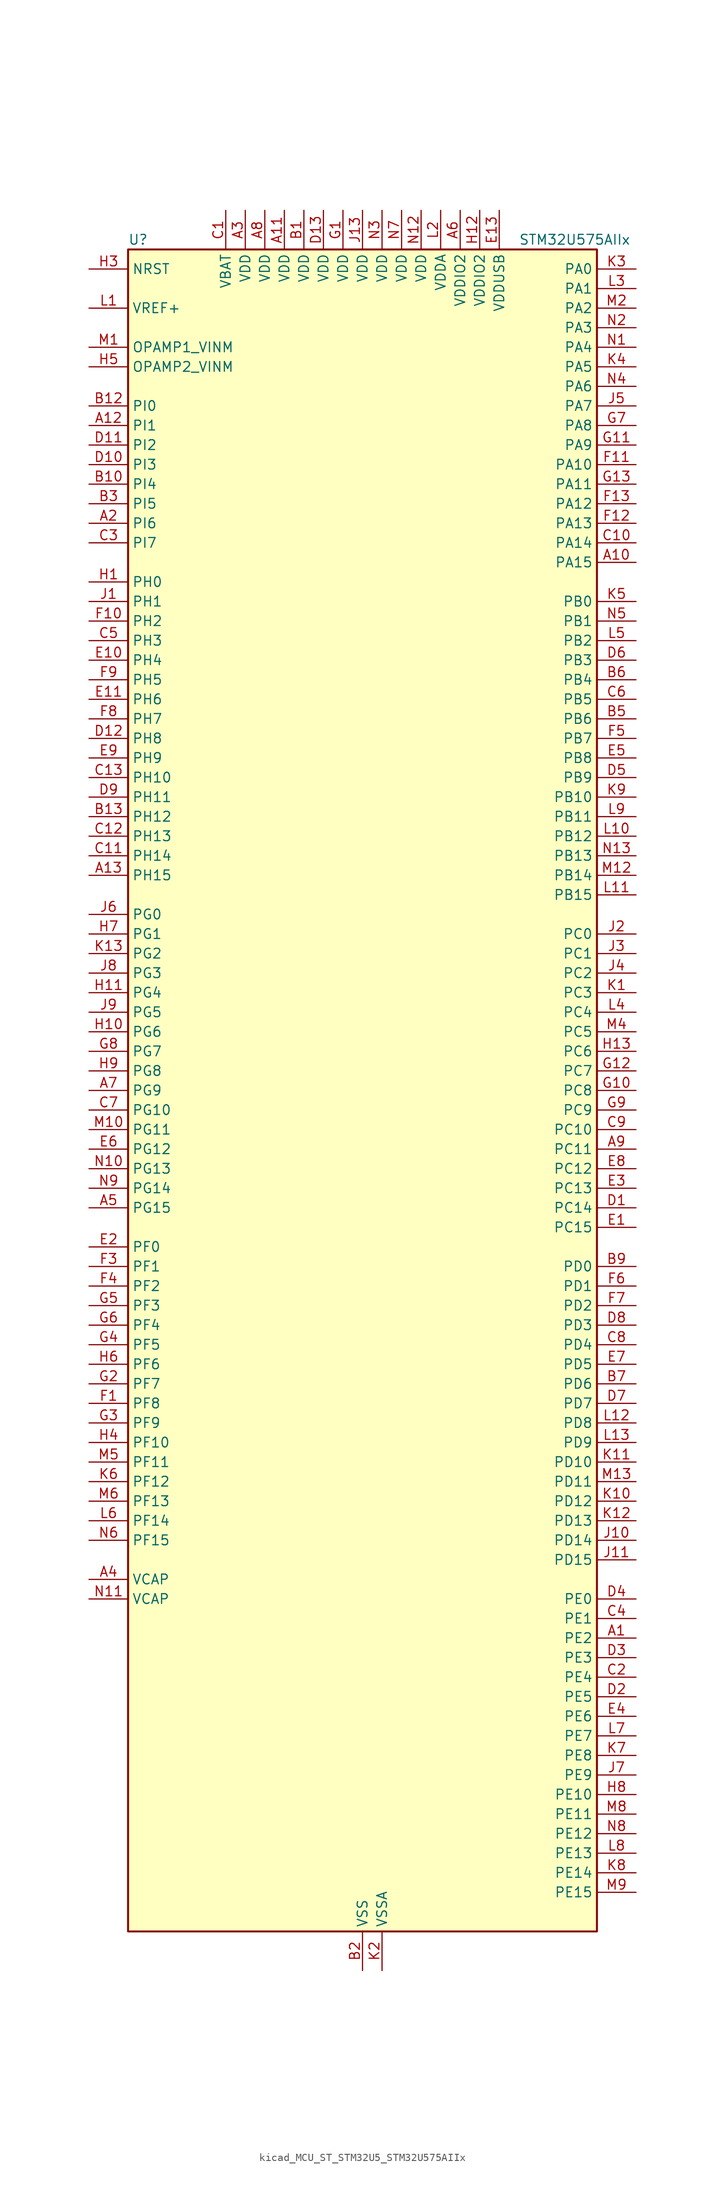
<source format=kicad_sym>
(kicad_symbol_lib
  (version 20220914)
  (generator kicad_symbol_editor)
  (symbol "kicad_MCU_ST_STM32U5_STM32U575AIIx"
    (property "Reference" "U"
      (at -30.48 110.49 0)
      (effects (font (size 1.27 1.27)) (justify left)))
    (property "Value" "STM32U575AIIx"
      (at 20.32 110.49 0)
      (effects (font (size 1.27 1.27)) (justify left)))
    (property "ki_locked" ""
      (at 0 0 0)
      (effects (font (size 1.27 1.27))))
    (symbol "kicad_MCU_ST_STM32U5_STM32U575AIIx_0_1"
      (rectangle (start -30.48 -109.22) (end 30.48 109.22) (stroke (width 0.254) (type default)) (fill (type background))))
    (symbol "kicad_MCU_ST_STM32U5_STM32U575AIIx_1_1"
      (pin bidirectional line (at 35.56 -71.12 180) (length 5.08) (name "PE2" (effects (font (size 1.27 1.27)))) (number "A1" (effects (font (size 1.27 1.27)))) (alternate "DEBUG_TRACECLK" bidirectional line) (alternate "FMC_A23" bidirectional line) (alternate "SAI1_CK1" bidirectional line) (alternate "SAI1_MCLK_A" bidirectional line) (alternate "TIM3_ETR" bidirectional line) (alternate "TSC_G7_IO1" bidirectional line))
      (pin bidirectional line (at 35.56 68.58 180) (length 5.08) (name "PA15" (effects (font (size 1.27 1.27)))) (number "A10" (effects (font (size 1.27 1.27)))) (alternate "ADC1_EXTI15" bidirectional line) (alternate "ADC4_EXTI15" bidirectional line) (alternate "DEBUG_JTDI" bidirectional line) (alternate "SAI2_FS_B" bidirectional line) (alternate "SPI1_NSS" bidirectional line) (alternate "SPI3_NSS" bidirectional line) (alternate "TIM2_CH1" bidirectional line) (alternate "TIM2_ETR" bidirectional line) (alternate "UART4_DE" bidirectional line) (alternate "UART4_RTS" bidirectional line) (alternate "UCPD1_CC1" bidirectional line) (alternate "USART2_RX" bidirectional line) (alternate "USART3_DE" bidirectional line) (alternate "USART3_RTS" bidirectional line))
      (pin power_in line (at -10.16 114.3 270) (length 5.08) (name "VDD" (effects (font (size 1.27 1.27)))) (number "A11" (effects (font (size 1.27 1.27)))))
      (pin bidirectional line (at -35.56 86.36 0) (length 5.08) (name "PI1" (effects (font (size 1.27 1.27)))) (number "A12" (effects (font (size 1.27 1.27)))) (alternate "DCMI_D8" bidirectional line) (alternate "OCTOSPIM_P2_IO2" bidirectional line) (alternate "PSSI_D8" bidirectional line) (alternate "SPI2_SCK" bidirectional line))
      (pin bidirectional line (at -35.56 27.94 0) (length 5.08) (name "PH15" (effects (font (size 1.27 1.27)))) (number "A13" (effects (font (size 1.27 1.27)))) (alternate "ADC1_EXTI15" bidirectional line) (alternate "ADC4_EXTI15" bidirectional line) (alternate "DCMI_D11" bidirectional line) (alternate "OCTOSPIM_P2_IO6" bidirectional line) (alternate "PSSI_D11" bidirectional line) (alternate "TIM8_CH3N" bidirectional line))
      (pin bidirectional line (at -35.56 73.66 0) (length 5.08) (name "PI6" (effects (font (size 1.27 1.27)))) (number "A2" (effects (font (size 1.27 1.27)))) (alternate "DCMI_D6" bidirectional line) (alternate "OCTOSPIM_P2_CLK" bidirectional line) (alternate "PSSI_D6" bidirectional line) (alternate "TIM8_CH2" bidirectional line))
      (pin power_in line (at -15.24 114.3 270) (length 5.08) (name "VDD" (effects (font (size 1.27 1.27)))) (number "A3" (effects (font (size 1.27 1.27)))))
      (pin power_out line (at -35.56 -63.5 0) (length 5.08) (name "VCAP" (effects (font (size 1.27 1.27)))) (number "A4" (effects (font (size 1.27 1.27)))))
      (pin bidirectional line (at -35.56 -15.24 0) (length 5.08) (name "PG15" (effects (font (size 1.27 1.27)))) (number "A5" (effects (font (size 1.27 1.27)))) (alternate "ADC1_EXTI15" bidirectional line) (alternate "ADC4_EXTI15" bidirectional line) (alternate "DCMI_D13" bidirectional line) (alternate "I2C1_SMBA" bidirectional line) (alternate "LPTIM1_CH1" bidirectional line) (alternate "OCTOSPIM_P2_DQS" bidirectional line) (alternate "PSSI_D13" bidirectional line))
      (pin power_in line (at 12.7 114.3 270) (length 5.08) (name "VDDIO2" (effects (font (size 1.27 1.27)))) (number "A6" (effects (font (size 1.27 1.27)))))
      (pin bidirectional line (at -35.56 0 0) (length 5.08) (name "PG9" (effects (font (size 1.27 1.27)))) (number "A7" (effects (font (size 1.27 1.27)))) (alternate "DAC1_EXTI9" bidirectional line) (alternate "FMC_NCE" bidirectional line) (alternate "FMC_NE2" bidirectional line) (alternate "OCTOSPIM_P2_IO6" bidirectional line) (alternate "SAI2_SCK_A" bidirectional line) (alternate "SPI3_SCK" bidirectional line) (alternate "TIM15_CH1N" bidirectional line) (alternate "USART1_TX" bidirectional line))
      (pin power_in line (at -12.7 114.3 270) (length 5.08) (name "VDD" (effects (font (size 1.27 1.27)))) (number "A8" (effects (font (size 1.27 1.27)))))
      (pin bidirectional line (at 35.56 -7.62 180) (length 5.08) (name "PC11" (effects (font (size 1.27 1.27)))) (number "A9" (effects (font (size 1.27 1.27)))) (alternate "ADC1_EXTI11" bidirectional line) (alternate "ADF1_SDI0" bidirectional line) (alternate "DCMI_D2" bidirectional line) (alternate "DCMI_D4" bidirectional line) (alternate "LPTIM3_IN1" bidirectional line) (alternate "OCTOSPIM_P1_NCS" bidirectional line) (alternate "PSSI_D2" bidirectional line) (alternate "PSSI_D4" bidirectional line) (alternate "SAI2_MCLK_B" bidirectional line) (alternate "SDMMC1_D3" bidirectional line) (alternate "SPI3_MISO" bidirectional line) (alternate "TSC_G3_IO3" bidirectional line) (alternate "UART4_RX" bidirectional line) (alternate "UCPD1_FRSTX2" bidirectional line) (alternate "USART3_RX" bidirectional line))
      (pin power_in line (at -7.62 114.3 270) (length 5.08) (name "VDD" (effects (font (size 1.27 1.27)))) (number "B1" (effects (font (size 1.27 1.27)))))
      (pin bidirectional line (at -35.56 78.74 0) (length 5.08) (name "PI4" (effects (font (size 1.27 1.27)))) (number "B10" (effects (font (size 1.27 1.27)))) (alternate "DCMI_D5" bidirectional line) (alternate "PSSI_D5" bidirectional line) (alternate "SPI2_RDY" bidirectional line) (alternate "TIM8_BKIN" bidirectional line))
      (pin passive line (at 0 -114.3 90) (length 5.08) hide (name "VSS" (effects (font (size 1.27 1.27)))) (number "B11" (effects (font (size 1.27 1.27)))))
      (pin bidirectional line (at -35.56 88.9 0) (length 5.08) (name "PI0" (effects (font (size 1.27 1.27)))) (number "B12" (effects (font (size 1.27 1.27)))) (alternate "DCMI_D13" bidirectional line) (alternate "OCTOSPIM_P1_IO5" bidirectional line) (alternate "PSSI_D13" bidirectional line) (alternate "SPI2_NSS" bidirectional line) (alternate "TIM5_CH4" bidirectional line))
      (pin bidirectional line (at -35.56 35.56 0) (length 5.08) (name "PH12" (effects (font (size 1.27 1.27)))) (number "B13" (effects (font (size 1.27 1.27)))) (alternate "DCMI_D3" bidirectional line) (alternate "OCTOSPIM_P2_IO7" bidirectional line) (alternate "PSSI_D3" bidirectional line) (alternate "TIM5_CH3" bidirectional line) (alternate "TIM8_CH4N" bidirectional line))
      (pin power_in line (at 0 -114.3 90) (length 5.08) (name "VSS" (effects (font (size 1.27 1.27)))) (number "B2" (effects (font (size 1.27 1.27)))))
      (pin bidirectional line (at -35.56 76.2 0) (length 5.08) (name "PI5" (effects (font (size 1.27 1.27)))) (number "B3" (effects (font (size 1.27 1.27)))) (alternate "DCMI_VSYNC" bidirectional line) (alternate "OCTOSPIM_P2_NCS" bidirectional line) (alternate "PSSI_RDY" bidirectional line) (alternate "TIM8_CH1" bidirectional line))
      (pin passive line (at 0 -114.3 90) (length 5.08) hide (name "VSS" (effects (font (size 1.27 1.27)))) (number "B4" (effects (font (size 1.27 1.27)))))
      (pin bidirectional line (at 35.56 48.26 180) (length 5.08) (name "PB6" (effects (font (size 1.27 1.27)))) (number "B5" (effects (font (size 1.27 1.27)))) (alternate "COMP2_INP" bidirectional line) (alternate "DCMI_D5" bidirectional line) (alternate "I2C1_SCL" bidirectional line) (alternate "I2C4_SCL" bidirectional line) (alternate "LPTIM1_ETR" bidirectional line) (alternate "MDF1_SDI5" bidirectional line) (alternate "PSSI_D5" bidirectional line) (alternate "PWR_WKUP3" bidirectional line) (alternate "SAI1_FS_B" bidirectional line) (alternate "TIM16_CH1N" bidirectional line) (alternate "TIM4_CH1" bidirectional line) (alternate "TIM8_BKIN2" bidirectional line) (alternate "TSC_G2_IO3" bidirectional line) (alternate "USART1_TX" bidirectional line))
      (pin bidirectional line (at 35.56 53.34 180) (length 5.08) (name "PB4" (effects (font (size 1.27 1.27)))) (number "B6" (effects (font (size 1.27 1.27)))) (alternate "ADF1_SDI0" bidirectional line) (alternate "COMP2_INP" bidirectional line) (alternate "DCMI_D12" bidirectional line) (alternate "DEBUG_JTRST" bidirectional line) (alternate "I2C3_SDA" bidirectional line) (alternate "LPTIM1_CH2" bidirectional line) (alternate "PSSI_D12" bidirectional line) (alternate "SAI1_MCLK_B" bidirectional line) (alternate "SDMMC2_D3" bidirectional line) (alternate "SPI1_MISO" bidirectional line) (alternate "SPI3_MISO" bidirectional line) (alternate "TIM17_BKIN" bidirectional line) (alternate "TIM3_CH1" bidirectional line) (alternate "TSC_G2_IO1" bidirectional line) (alternate "UART5_DE" bidirectional line) (alternate "UART5_RTS" bidirectional line) (alternate "USART1_CTS" bidirectional line))
      (pin bidirectional line (at 35.56 -38.1 180) (length 5.08) (name "PD6" (effects (font (size 1.27 1.27)))) (number "B7" (effects (font (size 1.27 1.27)))) (alternate "DCMI_D10" bidirectional line) (alternate "FMC_NWAIT" bidirectional line) (alternate "MDF1_SDI1" bidirectional line) (alternate "OCTOSPIM_P1_IO6" bidirectional line) (alternate "PSSI_D10" bidirectional line) (alternate "SAI1_D1" bidirectional line) (alternate "SAI1_SD_A" bidirectional line) (alternate "SDMMC2_CK" bidirectional line) (alternate "SPI3_MOSI" bidirectional line) (alternate "USART2_RX" bidirectional line))
      (pin passive line (at 0 -114.3 90) (length 5.08) hide (name "VSS" (effects (font (size 1.27 1.27)))) (number "B8" (effects (font (size 1.27 1.27)))))
      (pin bidirectional line (at 35.56 -22.86 180) (length 5.08) (name "PD0" (effects (font (size 1.27 1.27)))) (number "B9" (effects (font (size 1.27 1.27)))) (alternate "FDCAN1_RX" bidirectional line) (alternate "FMC_D2" bidirectional line) (alternate "FMC_DA2" bidirectional line) (alternate "SPI2_NSS" bidirectional line) (alternate "TIM8_CH4N" bidirectional line))
      (pin power_in line (at -17.78 114.3 270) (length 5.08) (name "VBAT" (effects (font (size 1.27 1.27)))) (number "C1" (effects (font (size 1.27 1.27)))))
      (pin bidirectional line (at 35.56 71.12 180) (length 5.08) (name "PA14" (effects (font (size 1.27 1.27)))) (number "C10" (effects (font (size 1.27 1.27)))) (alternate "DEBUG_JTCK-SWCLK" bidirectional line) (alternate "I2C1_SMBA" bidirectional line) (alternate "I2C4_SMBA" bidirectional line) (alternate "LPTIM1_CH1" bidirectional line) (alternate "SAI1_FS_B" bidirectional line) (alternate "USB_OTG_FS_SOF" bidirectional line))
      (pin bidirectional line (at -35.56 30.48 0) (length 5.08) (name "PH14" (effects (font (size 1.27 1.27)))) (number "C11" (effects (font (size 1.27 1.27)))) (alternate "DCMI_D4" bidirectional line) (alternate "FDCAN1_RX" bidirectional line) (alternate "PSSI_D4" bidirectional line) (alternate "TIM8_CH2N" bidirectional line))
      (pin bidirectional line (at -35.56 33.02 0) (length 5.08) (name "PH13" (effects (font (size 1.27 1.27)))) (number "C12" (effects (font (size 1.27 1.27)))) (alternate "FDCAN1_TX" bidirectional line) (alternate "TIM8_CH1N" bidirectional line))
      (pin bidirectional line (at -35.56 40.64 0) (length 5.08) (name "PH10" (effects (font (size 1.27 1.27)))) (number "C13" (effects (font (size 1.27 1.27)))) (alternate "DCMI_D1" bidirectional line) (alternate "OCTOSPIM_P2_IO5" bidirectional line) (alternate "PSSI_D1" bidirectional line) (alternate "TIM5_CH1" bidirectional line))
      (pin bidirectional line (at 35.56 -76.2 180) (length 5.08) (name "PE4" (effects (font (size 1.27 1.27)))) (number "C2" (effects (font (size 1.27 1.27)))) (alternate "DCMI_D4" bidirectional line) (alternate "DEBUG_TRACED1" bidirectional line) (alternate "FMC_A20" bidirectional line) (alternate "MDF1_SDI3" bidirectional line) (alternate "PSSI_D4" bidirectional line) (alternate "PWR_WKUP1" bidirectional line) (alternate "SAI1_D2" bidirectional line) (alternate "SAI1_FS_A" bidirectional line) (alternate "TAMP_IN7" bidirectional line) (alternate "TAMP_OUT8" bidirectional line) (alternate "TIM3_CH2" bidirectional line) (alternate "TSC_G7_IO3" bidirectional line))
      (pin bidirectional line (at -35.56 71.12 0) (length 5.08) (name "PI7" (effects (font (size 1.27 1.27)))) (number "C3" (effects (font (size 1.27 1.27)))) (alternate "DCMI_D7" bidirectional line) (alternate "OCTOSPIM_P2_NCLK" bidirectional line) (alternate "PSSI_D7" bidirectional line) (alternate "TIM8_CH3" bidirectional line))
      (pin bidirectional line (at 35.56 -68.58 180) (length 5.08) (name "PE1" (effects (font (size 1.27 1.27)))) (number "C4" (effects (font (size 1.27 1.27)))) (alternate "DCMI_D3" bidirectional line) (alternate "FMC_NBL1" bidirectional line) (alternate "PSSI_D3" bidirectional line) (alternate "TIM17_CH1" bidirectional line))
      (pin bidirectional line (at -35.56 58.42 0) (length 5.08) (name "PH3" (effects (font (size 1.27 1.27)))) (number "C5" (effects (font (size 1.27 1.27)))))
      (pin bidirectional line (at 35.56 50.8 180) (length 5.08) (name "PB5" (effects (font (size 1.27 1.27)))) (number "C6" (effects (font (size 1.27 1.27)))) (alternate "COMP2_OUT" bidirectional line) (alternate "DCMI_D10" bidirectional line) (alternate "I2C1_SMBA" bidirectional line) (alternate "LPTIM1_IN1" bidirectional line) (alternate "OCTOSPIM_P1_NCLK" bidirectional line) (alternate "PSSI_D10" bidirectional line) (alternate "PWR_WKUP6" bidirectional line) (alternate "SAI1_SD_B" bidirectional line) (alternate "SPI1_MOSI" bidirectional line) (alternate "SPI3_MOSI" bidirectional line) (alternate "TIM16_BKIN" bidirectional line) (alternate "TIM3_CH2" bidirectional line) (alternate "TSC_G2_IO2" bidirectional line) (alternate "UART5_CTS" bidirectional line) (alternate "UCPD1_DBCC1" bidirectional line) (alternate "USART1_CK" bidirectional line))
      (pin bidirectional line (at -35.56 -2.54 0) (length 5.08) (name "PG10" (effects (font (size 1.27 1.27)))) (number "C7" (effects (font (size 1.27 1.27)))) (alternate "FMC_NE3" bidirectional line) (alternate "LPTIM1_IN1" bidirectional line) (alternate "OCTOSPIM_P2_IO7" bidirectional line) (alternate "SAI2_FS_A" bidirectional line) (alternate "SPI3_MISO" bidirectional line) (alternate "TIM15_CH1" bidirectional line) (alternate "USART1_RX" bidirectional line))
      (pin bidirectional line (at 35.56 -33.02 180) (length 5.08) (name "PD4" (effects (font (size 1.27 1.27)))) (number "C8" (effects (font (size 1.27 1.27)))) (alternate "FMC_NOE" bidirectional line) (alternate "MDF1_CKI0" bidirectional line) (alternate "OCTOSPIM_P1_IO4" bidirectional line) (alternate "SPI2_MOSI" bidirectional line) (alternate "USART2_DE" bidirectional line) (alternate "USART2_RTS" bidirectional line))
      (pin bidirectional line (at 35.56 -5.08 180) (length 5.08) (name "PC10" (effects (font (size 1.27 1.27)))) (number "C9" (effects (font (size 1.27 1.27)))) (alternate "ADF1_CCK1" bidirectional line) (alternate "DCMI_D8" bidirectional line) (alternate "DEBUG_TRACED1" bidirectional line) (alternate "LPTIM3_ETR" bidirectional line) (alternate "PSSI_D8" bidirectional line) (alternate "SAI2_SCK_B" bidirectional line) (alternate "SDMMC1_D2" bidirectional line) (alternate "SPI3_SCK" bidirectional line) (alternate "TSC_G3_IO2" bidirectional line) (alternate "UART4_TX" bidirectional line) (alternate "USART3_TX" bidirectional line))
      (pin bidirectional line (at 35.56 -15.24 180) (length 5.08) (name "PC14" (effects (font (size 1.27 1.27)))) (number "D1" (effects (font (size 1.27 1.27)))) (alternate "RCC_OSC32_IN" bidirectional line))
      (pin bidirectional line (at -35.56 81.28 0) (length 5.08) (name "PI3" (effects (font (size 1.27 1.27)))) (number "D10" (effects (font (size 1.27 1.27)))) (alternate "DCMI_D10" bidirectional line) (alternate "OCTOSPIM_P2_IO0" bidirectional line) (alternate "PSSI_D10" bidirectional line) (alternate "SPI2_MOSI" bidirectional line) (alternate "TIM8_ETR" bidirectional line))
      (pin bidirectional line (at -35.56 83.82 0) (length 5.08) (name "PI2" (effects (font (size 1.27 1.27)))) (number "D11" (effects (font (size 1.27 1.27)))) (alternate "DCMI_D9" bidirectional line) (alternate "OCTOSPIM_P2_IO1" bidirectional line) (alternate "PSSI_D9" bidirectional line) (alternate "SPI2_MISO" bidirectional line) (alternate "TIM8_CH4" bidirectional line))
      (pin bidirectional line (at -35.56 45.72 0) (length 5.08) (name "PH8" (effects (font (size 1.27 1.27)))) (number "D12" (effects (font (size 1.27 1.27)))) (alternate "DCMI_HSYNC" bidirectional line) (alternate "I2C3_SDA" bidirectional line) (alternate "OCTOSPIM_P2_IO3" bidirectional line) (alternate "PSSI_DE" bidirectional line))
      (pin power_in line (at -5.08 114.3 270) (length 5.08) (name "VDD" (effects (font (size 1.27 1.27)))) (number "D13" (effects (font (size 1.27 1.27)))))
      (pin bidirectional line (at 35.56 -78.74 180) (length 5.08) (name "PE5" (effects (font (size 1.27 1.27)))) (number "D2" (effects (font (size 1.27 1.27)))) (alternate "DCMI_D6" bidirectional line) (alternate "DEBUG_TRACED2" bidirectional line) (alternate "FMC_A21" bidirectional line) (alternate "MDF1_CKI3" bidirectional line) (alternate "PSSI_D6" bidirectional line) (alternate "PWR_WKUP2" bidirectional line) (alternate "SAI1_CK2" bidirectional line) (alternate "SAI1_SCK_A" bidirectional line) (alternate "TAMP_IN8" bidirectional line) (alternate "TAMP_OUT7" bidirectional line) (alternate "TIM3_CH3" bidirectional line) (alternate "TSC_G7_IO4" bidirectional line))
      (pin bidirectional line (at 35.56 -73.66 180) (length 5.08) (name "PE3" (effects (font (size 1.27 1.27)))) (number "D3" (effects (font (size 1.27 1.27)))) (alternate "DEBUG_TRACED0" bidirectional line) (alternate "FMC_A19" bidirectional line) (alternate "OCTOSPIM_P1_DQS" bidirectional line) (alternate "SAI1_SD_B" bidirectional line) (alternate "TAMP_IN6" bidirectional line) (alternate "TAMP_OUT3" bidirectional line) (alternate "TIM3_CH1" bidirectional line) (alternate "TSC_G7_IO2" bidirectional line))
      (pin bidirectional line (at 35.56 -66.04 180) (length 5.08) (name "PE0" (effects (font (size 1.27 1.27)))) (number "D4" (effects (font (size 1.27 1.27)))) (alternate "DCMI_D2" bidirectional line) (alternate "FMC_NBL0" bidirectional line) (alternate "PSSI_D2" bidirectional line) (alternate "TIM16_CH1" bidirectional line) (alternate "TIM4_ETR" bidirectional line))
      (pin bidirectional line (at 35.56 40.64 180) (length 5.08) (name "PB9" (effects (font (size 1.27 1.27)))) (number "D5" (effects (font (size 1.27 1.27)))) (alternate "DAC1_EXTI9" bidirectional line) (alternate "DCMI_D7" bidirectional line) (alternate "FDCAN1_TX" bidirectional line) (alternate "I2C1_SDA" bidirectional line) (alternate "IR_OUT" bidirectional line) (alternate "PSSI_D7" bidirectional line) (alternate "SAI1_D2" bidirectional line) (alternate "SAI1_FS_A" bidirectional line) (alternate "SDMMC1_CDIR" bidirectional line) (alternate "SDMMC1_D5" bidirectional line) (alternate "SDMMC2_D5" bidirectional line) (alternate "SPI2_NSS" bidirectional line) (alternate "TIM17_CH1" bidirectional line) (alternate "TIM4_CH4" bidirectional line))
      (pin bidirectional line (at 35.56 55.88 180) (length 5.08) (name "PB3" (effects (font (size 1.27 1.27)))) (number "D6" (effects (font (size 1.27 1.27)))) (alternate "ADF1_CCK0" bidirectional line) (alternate "COMP2_INM" bidirectional line) (alternate "CRS_SYNC" bidirectional line) (alternate "DEBUG_JTDO-SWO" bidirectional line) (alternate "I2C1_SDA" bidirectional line) (alternate "LPTIM1_CH1" bidirectional line) (alternate "SAI1_SCK_B" bidirectional line) (alternate "SDMMC2_D2" bidirectional line) (alternate "SPI1_SCK" bidirectional line) (alternate "SPI3_SCK" bidirectional line) (alternate "TIM2_CH2" bidirectional line) (alternate "USART1_DE" bidirectional line) (alternate "USART1_RTS" bidirectional line))
      (pin bidirectional line (at 35.56 -40.64 180) (length 5.08) (name "PD7" (effects (font (size 1.27 1.27)))) (number "D7" (effects (font (size 1.27 1.27)))) (alternate "FMC_NCE" bidirectional line) (alternate "FMC_NE1" bidirectional line) (alternate "LPTIM4_OUT" bidirectional line) (alternate "MDF1_CKI1" bidirectional line) (alternate "OCTOSPIM_P1_IO7" bidirectional line) (alternate "SDMMC2_CMD" bidirectional line) (alternate "USART2_CK" bidirectional line))
      (pin bidirectional line (at 35.56 -30.48 180) (length 5.08) (name "PD3" (effects (font (size 1.27 1.27)))) (number "D8" (effects (font (size 1.27 1.27)))) (alternate "DCMI_D5" bidirectional line) (alternate "FMC_CLK" bidirectional line) (alternate "MDF1_SDI0" bidirectional line) (alternate "OCTOSPIM_P2_NCS" bidirectional line) (alternate "PSSI_D5" bidirectional line) (alternate "SPI2_MISO" bidirectional line) (alternate "SPI2_SCK" bidirectional line) (alternate "USART2_CTS" bidirectional line))
      (pin bidirectional line (at -35.56 38.1 0) (length 5.08) (name "PH11" (effects (font (size 1.27 1.27)))) (number "D9" (effects (font (size 1.27 1.27)))) (alternate "ADC1_EXTI11" bidirectional line) (alternate "DCMI_D2" bidirectional line) (alternate "OCTOSPIM_P2_IO6" bidirectional line) (alternate "PSSI_D2" bidirectional line) (alternate "TIM5_CH2" bidirectional line))
      (pin bidirectional line (at 35.56 -17.78 180) (length 5.08) (name "PC15" (effects (font (size 1.27 1.27)))) (number "E1" (effects (font (size 1.27 1.27)))) (alternate "ADC1_EXTI15" bidirectional line) (alternate "ADC4_EXTI15" bidirectional line) (alternate "RCC_OSC32_OUT" bidirectional line))
      (pin bidirectional line (at -35.56 55.88 0) (length 5.08) (name "PH4" (effects (font (size 1.27 1.27)))) (number "E10" (effects (font (size 1.27 1.27)))) (alternate "I2C2_SCL" bidirectional line) (alternate "OCTOSPIM_P2_DQS" bidirectional line) (alternate "PSSI_D14" bidirectional line))
      (pin bidirectional line (at -35.56 50.8 0) (length 5.08) (name "PH6" (effects (font (size 1.27 1.27)))) (number "E11" (effects (font (size 1.27 1.27)))) (alternate "DCMI_D8" bidirectional line) (alternate "I2C2_SMBA" bidirectional line) (alternate "OCTOSPIM_P2_CLK" bidirectional line) (alternate "PSSI_D8" bidirectional line))
      (pin passive line (at 0 -114.3 90) (length 5.08) hide (name "VSS" (effects (font (size 1.27 1.27)))) (number "E12" (effects (font (size 1.27 1.27)))))
      (pin power_in line (at 17.78 114.3 270) (length 5.08) (name "VDDUSB" (effects (font (size 1.27 1.27)))) (number "E13" (effects (font (size 1.27 1.27)))))
      (pin bidirectional line (at -35.56 -20.32 0) (length 5.08) (name "PF0" (effects (font (size 1.27 1.27)))) (number "E2" (effects (font (size 1.27 1.27)))) (alternate "FMC_A0" bidirectional line) (alternate "I2C2_SDA" bidirectional line) (alternate "OCTOSPIM_P2_IO0" bidirectional line))
      (pin bidirectional line (at 35.56 -12.7 180) (length 5.08) (name "PC13" (effects (font (size 1.27 1.27)))) (number "E3" (effects (font (size 1.27 1.27)))) (alternate "PWR_WKUP2" bidirectional line) (alternate "RTC_OUT1" bidirectional line) (alternate "RTC_TS" bidirectional line) (alternate "TAMP_IN1" bidirectional line) (alternate "TAMP_OUT2" bidirectional line))
      (pin bidirectional line (at 35.56 -81.28 180) (length 5.08) (name "PE6" (effects (font (size 1.27 1.27)))) (number "E4" (effects (font (size 1.27 1.27)))) (alternate "DCMI_D7" bidirectional line) (alternate "DEBUG_TRACED3" bidirectional line) (alternate "FMC_A22" bidirectional line) (alternate "PSSI_D7" bidirectional line) (alternate "PWR_WKUP3" bidirectional line) (alternate "SAI1_D1" bidirectional line) (alternate "SAI1_SD_A" bidirectional line) (alternate "TAMP_IN3" bidirectional line) (alternate "TAMP_OUT6" bidirectional line) (alternate "TIM3_CH4" bidirectional line))
      (pin bidirectional line (at 35.56 43.18 180) (length 5.08) (name "PB8" (effects (font (size 1.27 1.27)))) (number "E5" (effects (font (size 1.27 1.27)))) (alternate "DCMI_D6" bidirectional line) (alternate "FDCAN1_RX" bidirectional line) (alternate "I2C1_SCL" bidirectional line) (alternate "MDF1_CCK0" bidirectional line) (alternate "PSSI_D6" bidirectional line) (alternate "PWR_WKUP5" bidirectional line) (alternate "SAI1_CK1" bidirectional line) (alternate "SAI1_MCLK_A" bidirectional line) (alternate "SDMMC1_CKIN" bidirectional line) (alternate "SDMMC1_D4" bidirectional line) (alternate "SDMMC2_D4" bidirectional line) (alternate "SPI3_RDY" bidirectional line) (alternate "TIM16_CH1" bidirectional line) (alternate "TIM4_CH3" bidirectional line))
      (pin bidirectional line (at -35.56 -7.62 0) (length 5.08) (name "PG12" (effects (font (size 1.27 1.27)))) (number "E6" (effects (font (size 1.27 1.27)))) (alternate "FMC_NE4" bidirectional line) (alternate "LPTIM1_ETR" bidirectional line) (alternate "OCTOSPIM_P2_NCS" bidirectional line) (alternate "SAI2_SD_A" bidirectional line) (alternate "SPI3_NSS" bidirectional line) (alternate "USART1_DE" bidirectional line) (alternate "USART1_RTS" bidirectional line))
      (pin bidirectional line (at 35.56 -35.56 180) (length 5.08) (name "PD5" (effects (font (size 1.27 1.27)))) (number "E7" (effects (font (size 1.27 1.27)))) (alternate "FMC_NWE" bidirectional line) (alternate "OCTOSPIM_P1_IO5" bidirectional line) (alternate "SPI2_RDY" bidirectional line) (alternate "USART2_TX" bidirectional line))
      (pin bidirectional line (at 35.56 -10.16 180) (length 5.08) (name "PC12" (effects (font (size 1.27 1.27)))) (number "E8" (effects (font (size 1.27 1.27)))) (alternate "DCMI_D9" bidirectional line) (alternate "DEBUG_TRACED3" bidirectional line) (alternate "PSSI_D9" bidirectional line) (alternate "SAI2_SD_B" bidirectional line) (alternate "SDMMC1_CK" bidirectional line) (alternate "SPI3_MOSI" bidirectional line) (alternate "TSC_G3_IO4" bidirectional line) (alternate "UART5_TX" bidirectional line) (alternate "USART3_CK" bidirectional line))
      (pin bidirectional line (at -35.56 43.18 0) (length 5.08) (name "PH9" (effects (font (size 1.27 1.27)))) (number "E9" (effects (font (size 1.27 1.27)))) (alternate "DAC1_EXTI9" bidirectional line) (alternate "DCMI_D0" bidirectional line) (alternate "I2C3_SMBA" bidirectional line) (alternate "OCTOSPIM_P2_IO4" bidirectional line) (alternate "PSSI_D0" bidirectional line))
      (pin bidirectional line (at -35.56 -40.64 0) (length 5.08) (name "PF8" (effects (font (size 1.27 1.27)))) (number "F1" (effects (font (size 1.27 1.27)))) (alternate "FDCAN1_TX" bidirectional line) (alternate "OCTOSPIM_P1_IO0" bidirectional line) (alternate "PSSI_D14" bidirectional line) (alternate "SAI1_SCK_B" bidirectional line) (alternate "TIM5_CH3" bidirectional line))
      (pin bidirectional line (at -35.56 60.96 0) (length 5.08) (name "PH2" (effects (font (size 1.27 1.27)))) (number "F10" (effects (font (size 1.27 1.27)))) (alternate "OCTOSPIM_P1_IO4" bidirectional line))
      (pin bidirectional line (at 35.56 81.28 180) (length 5.08) (name "PA10" (effects (font (size 1.27 1.27)))) (number "F11" (effects (font (size 1.27 1.27)))) (alternate "CRS_SYNC" bidirectional line) (alternate "DCMI_D1" bidirectional line) (alternate "LPTIM2_IN2" bidirectional line) (alternate "PSSI_D1" bidirectional line) (alternate "SAI1_D1" bidirectional line) (alternate "SAI1_SD_A" bidirectional line) (alternate "TIM17_BKIN" bidirectional line) (alternate "TIM1_CH3" bidirectional line) (alternate "USART1_RX" bidirectional line) (alternate "USB_OTG_FS_ID" bidirectional line))
      (pin bidirectional line (at 35.56 73.66 180) (length 5.08) (name "PA13" (effects (font (size 1.27 1.27)))) (number "F12" (effects (font (size 1.27 1.27)))) (alternate "DEBUG_JTMS-SWDIO" bidirectional line) (alternate "IR_OUT" bidirectional line) (alternate "SAI1_SD_B" bidirectional line) (alternate "USB_OTG_FS_NOE" bidirectional line))
      (pin bidirectional line (at 35.56 76.2 180) (length 5.08) (name "PA12" (effects (font (size 1.27 1.27)))) (number "F13" (effects (font (size 1.27 1.27)))) (alternate "FDCAN1_TX" bidirectional line) (alternate "OCTOSPIM_P2_NCS" bidirectional line) (alternate "SPI1_MOSI" bidirectional line) (alternate "TIM1_ETR" bidirectional line) (alternate "USART1_DE" bidirectional line) (alternate "USART1_RTS" bidirectional line) (alternate "USB_OTG_FS_DP" bidirectional line))
      (pin passive line (at 0 -114.3 90) (length 5.08) hide (name "VSS" (effects (font (size 1.27 1.27)))) (number "F2" (effects (font (size 1.27 1.27)))))
      (pin bidirectional line (at -35.56 -22.86 0) (length 5.08) (name "PF1" (effects (font (size 1.27 1.27)))) (number "F3" (effects (font (size 1.27 1.27)))) (alternate "FMC_A1" bidirectional line) (alternate "I2C2_SCL" bidirectional line) (alternate "OCTOSPIM_P2_IO1" bidirectional line))
      (pin bidirectional line (at -35.56 -25.4 0) (length 5.08) (name "PF2" (effects (font (size 1.27 1.27)))) (number "F4" (effects (font (size 1.27 1.27)))) (alternate "FMC_A2" bidirectional line) (alternate "I2C2_SMBA" bidirectional line) (alternate "LPTIM3_CH2" bidirectional line) (alternate "OCTOSPIM_P2_IO2" bidirectional line) (alternate "PWR_WKUP8" bidirectional line))
      (pin bidirectional line (at 35.56 45.72 180) (length 5.08) (name "PB7" (effects (font (size 1.27 1.27)))) (number "F5" (effects (font (size 1.27 1.27)))) (alternate "COMP2_INM" bidirectional line) (alternate "DCMI_VSYNC" bidirectional line) (alternate "FMC_NL" bidirectional line) (alternate "I2C1_SDA" bidirectional line) (alternate "I2C4_SDA" bidirectional line) (alternate "LPTIM1_IN2" bidirectional line) (alternate "MDF1_CKI5" bidirectional line) (alternate "PSSI_RDY" bidirectional line) (alternate "PWR_PVD_IN" bidirectional line) (alternate "PWR_WKUP4" bidirectional line) (alternate "TIM17_CH1N" bidirectional line) (alternate "TIM4_CH2" bidirectional line) (alternate "TIM8_BKIN" bidirectional line) (alternate "TSC_G2_IO4" bidirectional line) (alternate "UART4_CTS" bidirectional line) (alternate "USART1_RX" bidirectional line))
      (pin bidirectional line (at 35.56 -25.4 180) (length 5.08) (name "PD1" (effects (font (size 1.27 1.27)))) (number "F6" (effects (font (size 1.27 1.27)))) (alternate "FDCAN1_TX" bidirectional line) (alternate "FMC_D3" bidirectional line) (alternate "FMC_DA3" bidirectional line) (alternate "SPI2_SCK" bidirectional line))
      (pin bidirectional line (at 35.56 -27.94 180) (length 5.08) (name "PD2" (effects (font (size 1.27 1.27)))) (number "F7" (effects (font (size 1.27 1.27)))) (alternate "DCMI_D11" bidirectional line) (alternate "DEBUG_TRACED2" bidirectional line) (alternate "LPTIM4_ETR" bidirectional line) (alternate "PSSI_D11" bidirectional line) (alternate "SDMMC1_CMD" bidirectional line) (alternate "TIM3_ETR" bidirectional line) (alternate "TSC_SYNC" bidirectional line) (alternate "UART5_RX" bidirectional line) (alternate "USART3_DE" bidirectional line) (alternate "USART3_RTS" bidirectional line))
      (pin bidirectional line (at -35.56 48.26 0) (length 5.08) (name "PH7" (effects (font (size 1.27 1.27)))) (number "F8" (effects (font (size 1.27 1.27)))) (alternate "DCMI_D9" bidirectional line) (alternate "I2C3_SCL" bidirectional line) (alternate "OCTOSPIM_P2_NCLK" bidirectional line) (alternate "PSSI_D9" bidirectional line))
      (pin bidirectional line (at -35.56 53.34 0) (length 5.08) (name "PH5" (effects (font (size 1.27 1.27)))) (number "F9" (effects (font (size 1.27 1.27)))) (alternate "DCMI_PIXCLK" bidirectional line) (alternate "I2C2_SDA" bidirectional line) (alternate "PSSI_PDCK" bidirectional line))
      (pin power_in line (at -2.54 114.3 270) (length 5.08) (name "VDD" (effects (font (size 1.27 1.27)))) (number "G1" (effects (font (size 1.27 1.27)))))
      (pin bidirectional line (at 35.56 0 180) (length 5.08) (name "PC8" (effects (font (size 1.27 1.27)))) (number "G10" (effects (font (size 1.27 1.27)))) (alternate "DCMI_D2" bidirectional line) (alternate "LPTIM3_CH1" bidirectional line) (alternate "PSSI_D2" bidirectional line) (alternate "PWR_SRDSTOP" bidirectional line) (alternate "SDMMC1_D0" bidirectional line) (alternate "TIM3_CH3" bidirectional line) (alternate "TIM8_CH3" bidirectional line) (alternate "TSC_G4_IO3" bidirectional line))
      (pin bidirectional line (at 35.56 83.82 180) (length 5.08) (name "PA9" (effects (font (size 1.27 1.27)))) (number "G11" (effects (font (size 1.27 1.27)))) (alternate "DAC1_EXTI9" bidirectional line) (alternate "DCMI_D0" bidirectional line) (alternate "PSSI_D0" bidirectional line) (alternate "SAI1_FS_A" bidirectional line) (alternate "SPI2_SCK" bidirectional line) (alternate "TIM15_BKIN" bidirectional line) (alternate "TIM1_CH2" bidirectional line) (alternate "USART1_TX" bidirectional line) (alternate "USB_OTG_FS_VBUS" bidirectional line))
      (pin bidirectional line (at 35.56 2.54 180) (length 5.08) (name "PC7" (effects (font (size 1.27 1.27)))) (number "G12" (effects (font (size 1.27 1.27)))) (alternate "DCMI_D1" bidirectional line) (alternate "LPTIM2_CH2" bidirectional line) (alternate "MDF1_SDI3" bidirectional line) (alternate "PSSI_D1" bidirectional line) (alternate "PWR_CDSTOP" bidirectional line) (alternate "SAI2_MCLK_B" bidirectional line) (alternate "SDMMC1_D123DIR" bidirectional line) (alternate "SDMMC1_D7" bidirectional line) (alternate "SDMMC2_D7" bidirectional line) (alternate "TIM3_CH2" bidirectional line) (alternate "TIM8_CH2" bidirectional line) (alternate "TSC_G4_IO2" bidirectional line))
      (pin bidirectional line (at 35.56 78.74 180) (length 5.08) (name "PA11" (effects (font (size 1.27 1.27)))) (number "G13" (effects (font (size 1.27 1.27)))) (alternate "ADC1_EXTI11" bidirectional line) (alternate "FDCAN1_RX" bidirectional line) (alternate "SPI1_MISO" bidirectional line) (alternate "TIM1_BKIN2" bidirectional line) (alternate "TIM1_CH4" bidirectional line) (alternate "USART1_CTS" bidirectional line) (alternate "USB_OTG_FS_DM" bidirectional line))
      (pin bidirectional line (at -35.56 -38.1 0) (length 5.08) (name "PF7" (effects (font (size 1.27 1.27)))) (number "G2" (effects (font (size 1.27 1.27)))) (alternate "FDCAN1_RX" bidirectional line) (alternate "OCTOSPIM_P1_IO2" bidirectional line) (alternate "SAI1_MCLK_B" bidirectional line) (alternate "TIM5_CH2" bidirectional line))
      (pin bidirectional line (at -35.56 -43.18 0) (length 5.08) (name "PF9" (effects (font (size 1.27 1.27)))) (number "G3" (effects (font (size 1.27 1.27)))) (alternate "DAC1_EXTI9" bidirectional line) (alternate "OCTOSPIM_P1_IO1" bidirectional line) (alternate "PSSI_D15" bidirectional line) (alternate "SAI1_FS_B" bidirectional line) (alternate "TIM15_CH1" bidirectional line) (alternate "TIM5_CH4" bidirectional line))
      (pin bidirectional line (at -35.56 -33.02 0) (length 5.08) (name "PF5" (effects (font (size 1.27 1.27)))) (number "G4" (effects (font (size 1.27 1.27)))) (alternate "FMC_A5" bidirectional line) (alternate "LPTIM3_CH1" bidirectional line) (alternate "OCTOSPIM_P2_NCLK" bidirectional line))
      (pin bidirectional line (at -35.56 -27.94 0) (length 5.08) (name "PF3" (effects (font (size 1.27 1.27)))) (number "G5" (effects (font (size 1.27 1.27)))) (alternate "FMC_A3" bidirectional line) (alternate "LPTIM3_IN1" bidirectional line) (alternate "OCTOSPIM_P2_IO3" bidirectional line))
      (pin bidirectional line (at -35.56 -30.48 0) (length 5.08) (name "PF4" (effects (font (size 1.27 1.27)))) (number "G6" (effects (font (size 1.27 1.27)))) (alternate "FMC_A4" bidirectional line) (alternate "LPTIM3_ETR" bidirectional line) (alternate "OCTOSPIM_P2_CLK" bidirectional line))
      (pin bidirectional line (at 35.56 86.36 180) (length 5.08) (name "PA8" (effects (font (size 1.27 1.27)))) (number "G7" (effects (font (size 1.27 1.27)))) (alternate "DEBUG_TRACECLK" bidirectional line) (alternate "LPTIM2_CH1" bidirectional line) (alternate "RCC_MCO" bidirectional line) (alternate "SAI1_CK2" bidirectional line) (alternate "SAI1_SCK_A" bidirectional line) (alternate "SPI1_RDY" bidirectional line) (alternate "TIM1_CH1" bidirectional line) (alternate "USART1_CK" bidirectional line) (alternate "USB_OTG_FS_SOF" bidirectional line))
      (pin bidirectional line (at -35.56 5.08 0) (length 5.08) (name "PG7" (effects (font (size 1.27 1.27)))) (number "G8" (effects (font (size 1.27 1.27)))) (alternate "FMC_INT" bidirectional line) (alternate "I2C3_SCL" bidirectional line) (alternate "LPUART1_TX" bidirectional line) (alternate "MDF1_CCK0" bidirectional line) (alternate "OCTOSPIM_P2_DQS" bidirectional line) (alternate "SAI1_CK1" bidirectional line) (alternate "SAI1_MCLK_A" bidirectional line) (alternate "UCPD1_FRSTX2" bidirectional line))
      (pin bidirectional line (at 35.56 -2.54 180) (length 5.08) (name "PC9" (effects (font (size 1.27 1.27)))) (number "G9" (effects (font (size 1.27 1.27)))) (alternate "DAC1_EXTI9" bidirectional line) (alternate "DCMI_D3" bidirectional line) (alternate "DEBUG_TRACED0" bidirectional line) (alternate "LPTIM3_CH2" bidirectional line) (alternate "PSSI_D3" bidirectional line) (alternate "SDMMC1_D1" bidirectional line) (alternate "TIM3_CH4" bidirectional line) (alternate "TIM8_BKIN2" bidirectional line) (alternate "TIM8_CH4" bidirectional line) (alternate "TSC_G4_IO4" bidirectional line) (alternate "USB_OTG_FS_NOE" bidirectional line))
      (pin bidirectional line (at -35.56 66.04 0) (length 5.08) (name "PH0" (effects (font (size 1.27 1.27)))) (number "H1" (effects (font (size 1.27 1.27)))) (alternate "RCC_OSC_IN" bidirectional line))
      (pin bidirectional line (at -35.56 7.62 0) (length 5.08) (name "PG6" (effects (font (size 1.27 1.27)))) (number "H10" (effects (font (size 1.27 1.27)))) (alternate "I2C3_SMBA" bidirectional line) (alternate "LPUART1_DE" bidirectional line) (alternate "LPUART1_RTS" bidirectional line) (alternate "OCTOSPIM_P1_DQS" bidirectional line) (alternate "SPI1_RDY" bidirectional line) (alternate "UCPD1_FRSTX1" bidirectional line))
      (pin bidirectional line (at -35.56 12.7 0) (length 5.08) (name "PG4" (effects (font (size 1.27 1.27)))) (number "H11" (effects (font (size 1.27 1.27)))) (alternate "FMC_A14" bidirectional line) (alternate "SAI2_MCLK_B" bidirectional line) (alternate "SPI1_MOSI" bidirectional line))
      (pin power_in line (at 15.24 114.3 270) (length 5.08) (name "VDDIO2" (effects (font (size 1.27 1.27)))) (number "H12" (effects (font (size 1.27 1.27)))))
      (pin bidirectional line (at 35.56 5.08 180) (length 5.08) (name "PC6" (effects (font (size 1.27 1.27)))) (number "H13" (effects (font (size 1.27 1.27)))) (alternate "DCMI_D0" bidirectional line) (alternate "MDF1_CKI3" bidirectional line) (alternate "PSSI_D0" bidirectional line) (alternate "PWR_CSLEEP" bidirectional line) (alternate "SAI2_MCLK_A" bidirectional line) (alternate "SDMMC1_D0DIR" bidirectional line) (alternate "SDMMC1_D6" bidirectional line) (alternate "SDMMC2_D6" bidirectional line) (alternate "TIM3_CH1" bidirectional line) (alternate "TIM8_CH1" bidirectional line) (alternate "TSC_G4_IO1" bidirectional line))
      (pin passive line (at 0 -114.3 90) (length 5.08) hide (name "VSS" (effects (font (size 1.27 1.27)))) (number "H2" (effects (font (size 1.27 1.27)))))
      (pin input line (at -35.56 106.68 0) (length 5.08) (name "NRST" (effects (font (size 1.27 1.27)))) (number "H3" (effects (font (size 1.27 1.27)))))
      (pin bidirectional line (at -35.56 -45.72 0) (length 5.08) (name "PF10" (effects (font (size 1.27 1.27)))) (number "H4" (effects (font (size 1.27 1.27)))) (alternate "DCMI_D11" bidirectional line) (alternate "MDF1_CCK1" bidirectional line) (alternate "OCTOSPIM_P1_CLK" bidirectional line) (alternate "PSSI_D11" bidirectional line) (alternate "PSSI_D15" bidirectional line) (alternate "SAI1_D3" bidirectional line) (alternate "TIM15_CH2" bidirectional line))
      (pin bidirectional line (at -35.56 93.98 0) (length 5.08) (name "OPAMP2_VINM" (effects (font (size 1.27 1.27)))) (number "H5" (effects (font (size 1.27 1.27)))) (alternate "OPAMP2_VINM" bidirectional line))
      (pin bidirectional line (at -35.56 -35.56 0) (length 5.08) (name "PF6" (effects (font (size 1.27 1.27)))) (number "H6" (effects (font (size 1.27 1.27)))) (alternate "DCMI_D12" bidirectional line) (alternate "OCTOSPIM_P1_IO3" bidirectional line) (alternate "OCTOSPIM_P2_NCS" bidirectional line) (alternate "PSSI_D12" bidirectional line) (alternate "SAI1_SD_B" bidirectional line) (alternate "TIM5_CH1" bidirectional line) (alternate "TIM5_ETR" bidirectional line))
      (pin bidirectional line (at -35.56 20.32 0) (length 5.08) (name "PG1" (effects (font (size 1.27 1.27)))) (number "H7" (effects (font (size 1.27 1.27)))) (alternate "ADC4_IN8" bidirectional line) (alternate "FMC_A11" bidirectional line) (alternate "OCTOSPIM_P2_IO5" bidirectional line) (alternate "TSC_G8_IO4" bidirectional line))
      (pin bidirectional line (at 35.56 -91.44 180) (length 5.08) (name "PE10" (effects (font (size 1.27 1.27)))) (number "H8" (effects (font (size 1.27 1.27)))) (alternate "ADF1_SDI0" bidirectional line) (alternate "FMC_D7" bidirectional line) (alternate "FMC_DA7" bidirectional line) (alternate "MDF1_SDI4" bidirectional line) (alternate "OCTOSPIM_P1_CLK" bidirectional line) (alternate "SAI1_MCLK_B" bidirectional line) (alternate "TIM1_CH2N" bidirectional line) (alternate "TSC_G5_IO1" bidirectional line))
      (pin bidirectional line (at -35.56 2.54 0) (length 5.08) (name "PG8" (effects (font (size 1.27 1.27)))) (number "H9" (effects (font (size 1.27 1.27)))) (alternate "I2C3_SDA" bidirectional line) (alternate "LPUART1_RX" bidirectional line))
      (pin bidirectional line (at -35.56 63.5 0) (length 5.08) (name "PH1" (effects (font (size 1.27 1.27)))) (number "J1" (effects (font (size 1.27 1.27)))) (alternate "RCC_OSC_OUT" bidirectional line))
      (pin bidirectional line (at 35.56 -58.42 180) (length 5.08) (name "PD14" (effects (font (size 1.27 1.27)))) (number "J10" (effects (font (size 1.27 1.27)))) (alternate "FMC_D0" bidirectional line) (alternate "FMC_DA0" bidirectional line) (alternate "LPTIM3_CH1" bidirectional line) (alternate "TIM4_CH3" bidirectional line))
      (pin bidirectional line (at 35.56 -60.96 180) (length 5.08) (name "PD15" (effects (font (size 1.27 1.27)))) (number "J11" (effects (font (size 1.27 1.27)))) (alternate "ADC1_EXTI15" bidirectional line) (alternate "ADC4_EXTI15" bidirectional line) (alternate "FMC_D1" bidirectional line) (alternate "FMC_DA1" bidirectional line) (alternate "LPTIM3_CH2" bidirectional line) (alternate "TIM4_CH4" bidirectional line))
      (pin passive line (at 0 -114.3 90) (length 5.08) hide (name "VSS" (effects (font (size 1.27 1.27)))) (number "J12" (effects (font (size 1.27 1.27)))))
      (pin power_in line (at 0 114.3 270) (length 5.08) (name "VDD" (effects (font (size 1.27 1.27)))) (number "J13" (effects (font (size 1.27 1.27)))))
      (pin bidirectional line (at 35.56 20.32 180) (length 5.08) (name "PC0" (effects (font (size 1.27 1.27)))) (number "J2" (effects (font (size 1.27 1.27)))) (alternate "ADC1_IN1" bidirectional line) (alternate "ADC4_IN1" bidirectional line) (alternate "I2C3_SCL" bidirectional line) (alternate "LPTIM1_IN1" bidirectional line) (alternate "LPTIM2_IN1" bidirectional line) (alternate "LPUART1_RX" bidirectional line) (alternate "MDF1_SDI4" bidirectional line) (alternate "OCTOSPIM_P1_IO7" bidirectional line) (alternate "SAI2_FS_A" bidirectional line) (alternate "SDMMC1_D5" bidirectional line) (alternate "SPI2_RDY" bidirectional line))
      (pin bidirectional line (at 35.56 17.78 180) (length 5.08) (name "PC1" (effects (font (size 1.27 1.27)))) (number "J3" (effects (font (size 1.27 1.27)))) (alternate "ADC1_IN2" bidirectional line) (alternate "ADC4_IN2" bidirectional line) (alternate "DEBUG_TRACED0" bidirectional line) (alternate "I2C3_SDA" bidirectional line) (alternate "LPTIM1_CH1" bidirectional line) (alternate "LPUART1_TX" bidirectional line) (alternate "MDF1_CKI4" bidirectional line) (alternate "OCTOSPIM_P1_IO4" bidirectional line) (alternate "SAI1_SD_A" bidirectional line) (alternate "SDMMC2_CK" bidirectional line) (alternate "SPI2_MOSI" bidirectional line))
      (pin bidirectional line (at 35.56 15.24 180) (length 5.08) (name "PC2" (effects (font (size 1.27 1.27)))) (number "J4" (effects (font (size 1.27 1.27)))) (alternate "ADC1_IN3" bidirectional line) (alternate "ADC4_IN3" bidirectional line) (alternate "LPTIM1_IN2" bidirectional line) (alternate "MDF1_CCK1" bidirectional line) (alternate "OCTOSPIM_P1_IO5" bidirectional line) (alternate "SPI2_MISO" bidirectional line))
      (pin bidirectional line (at 35.56 88.9 180) (length 5.08) (name "PA7" (effects (font (size 1.27 1.27)))) (number "J5" (effects (font (size 1.27 1.27)))) (alternate "ADC1_IN12" bidirectional line) (alternate "ADC4_IN20" bidirectional line) (alternate "I2C3_SCL" bidirectional line) (alternate "LPTIM2_CH2" bidirectional line) (alternate "OCTOSPIM_P1_IO2" bidirectional line) (alternate "OPAMP2_VINM" bidirectional line) (alternate "PWR_SRDSTOP" bidirectional line) (alternate "PWR_WKUP8" bidirectional line) (alternate "SPI1_MOSI" bidirectional line) (alternate "TIM17_CH1" bidirectional line) (alternate "TIM1_CH1N" bidirectional line) (alternate "TIM3_CH2" bidirectional line) (alternate "TIM8_CH1N" bidirectional line) (alternate "USART3_TX" bidirectional line))
      (pin bidirectional line (at -35.56 22.86 0) (length 5.08) (name "PG0" (effects (font (size 1.27 1.27)))) (number "J6" (effects (font (size 1.27 1.27)))) (alternate "ADC4_IN7" bidirectional line) (alternate "FMC_A10" bidirectional line) (alternate "OCTOSPIM_P2_IO4" bidirectional line) (alternate "TSC_G8_IO3" bidirectional line))
      (pin bidirectional line (at 35.56 -88.9 180) (length 5.08) (name "PE9" (effects (font (size 1.27 1.27)))) (number "J7" (effects (font (size 1.27 1.27)))) (alternate "ADF1_CCK0" bidirectional line) (alternate "DAC1_EXTI9" bidirectional line) (alternate "FMC_D6" bidirectional line) (alternate "FMC_DA6" bidirectional line) (alternate "MDF1_CCK0" bidirectional line) (alternate "OCTOSPIM_P1_NCLK" bidirectional line) (alternate "SAI1_FS_B" bidirectional line) (alternate "TIM1_CH1" bidirectional line))
      (pin bidirectional line (at -35.56 15.24 0) (length 5.08) (name "PG3" (effects (font (size 1.27 1.27)))) (number "J8" (effects (font (size 1.27 1.27)))) (alternate "FMC_A13" bidirectional line) (alternate "SAI2_FS_B" bidirectional line) (alternate "SPI1_MISO" bidirectional line))
      (pin bidirectional line (at -35.56 10.16 0) (length 5.08) (name "PG5" (effects (font (size 1.27 1.27)))) (number "J9" (effects (font (size 1.27 1.27)))) (alternate "FMC_A15" bidirectional line) (alternate "LPUART1_CTS" bidirectional line) (alternate "SAI2_SD_B" bidirectional line) (alternate "SPI1_NSS" bidirectional line))
      (pin bidirectional line (at 35.56 12.7 180) (length 5.08) (name "PC3" (effects (font (size 1.27 1.27)))) (number "K1" (effects (font (size 1.27 1.27)))) (alternate "ADC1_IN4" bidirectional line) (alternate "ADC4_IN4" bidirectional line) (alternate "LPTIM1_ETR" bidirectional line) (alternate "LPTIM2_ETR" bidirectional line) (alternate "LPTIM3_CH1" bidirectional line) (alternate "OCTOSPIM_P1_IO6" bidirectional line) (alternate "SAI1_D1" bidirectional line) (alternate "SAI1_SD_A" bidirectional line) (alternate "SPI2_MOSI" bidirectional line))
      (pin bidirectional line (at 35.56 -53.34 180) (length 5.08) (name "PD12" (effects (font (size 1.27 1.27)))) (number "K10" (effects (font (size 1.27 1.27)))) (alternate "ADC4_IN16" bidirectional line) (alternate "FMC_A17" bidirectional line) (alternate "FMC_ALE" bidirectional line) (alternate "I2C4_SCL" bidirectional line) (alternate "LPTIM2_IN1" bidirectional line) (alternate "SAI2_FS_A" bidirectional line) (alternate "TIM4_CH1" bidirectional line) (alternate "TSC_G6_IO3" bidirectional line) (alternate "USART3_DE" bidirectional line) (alternate "USART3_RTS" bidirectional line))
      (pin bidirectional line (at 35.56 -48.26 180) (length 5.08) (name "PD10" (effects (font (size 1.27 1.27)))) (number "K11" (effects (font (size 1.27 1.27)))) (alternate "FMC_D15" bidirectional line) (alternate "FMC_DA15" bidirectional line) (alternate "LPTIM2_CH2" bidirectional line) (alternate "LPTIM3_ETR" bidirectional line) (alternate "SAI2_SCK_A" bidirectional line) (alternate "TSC_G6_IO1" bidirectional line) (alternate "USART3_CK" bidirectional line))
      (pin bidirectional line (at 35.56 -55.88 180) (length 5.08) (name "PD13" (effects (font (size 1.27 1.27)))) (number "K12" (effects (font (size 1.27 1.27)))) (alternate "ADC4_IN17" bidirectional line) (alternate "FMC_A18" bidirectional line) (alternate "I2C4_SDA" bidirectional line) (alternate "LPTIM2_CH1" bidirectional line) (alternate "LPTIM4_IN1" bidirectional line) (alternate "TIM4_CH2" bidirectional line) (alternate "TSC_G6_IO4" bidirectional line))
      (pin bidirectional line (at -35.56 17.78 0) (length 5.08) (name "PG2" (effects (font (size 1.27 1.27)))) (number "K13" (effects (font (size 1.27 1.27)))) (alternate "FMC_A12" bidirectional line) (alternate "SAI2_SCK_B" bidirectional line) (alternate "SPI1_SCK" bidirectional line))
      (pin power_in line (at 2.54 -114.3 90) (length 5.08) (name "VSSA" (effects (font (size 1.27 1.27)))) (number "K2" (effects (font (size 1.27 1.27)))))
      (pin bidirectional line (at 35.56 106.68 180) (length 5.08) (name "PA0" (effects (font (size 1.27 1.27)))) (number "K3" (effects (font (size 1.27 1.27)))) (alternate "ADC1_IN5" bidirectional line) (alternate "AUDIOCLK" bidirectional line) (alternate "OCTOSPIM_P2_NCS" bidirectional line) (alternate "OPAMP1_VINP" bidirectional line) (alternate "PWR_WKUP1" bidirectional line) (alternate "SDMMC2_CMD" bidirectional line) (alternate "SPI3_RDY" bidirectional line) (alternate "TAMP_IN2" bidirectional line) (alternate "TAMP_OUT1" bidirectional line) (alternate "TIM2_CH1" bidirectional line) (alternate "TIM2_ETR" bidirectional line) (alternate "TIM5_CH1" bidirectional line) (alternate "TIM8_ETR" bidirectional line) (alternate "UART4_TX" bidirectional line) (alternate "USART2_CTS" bidirectional line))
      (pin bidirectional line (at 35.56 93.98 180) (length 5.08) (name "PA5" (effects (font (size 1.27 1.27)))) (number "K4" (effects (font (size 1.27 1.27)))) (alternate "ADC1_IN10" bidirectional line) (alternate "ADC4_IN10" bidirectional line) (alternate "DAC1_OUT2" bidirectional line) (alternate "LPTIM2_ETR" bidirectional line) (alternate "PSSI_D14" bidirectional line) (alternate "PWR_CSLEEP" bidirectional line) (alternate "PWR_WKUP6" bidirectional line) (alternate "SPI1_SCK" bidirectional line) (alternate "TIM2_CH1" bidirectional line) (alternate "TIM2_ETR" bidirectional line) (alternate "TIM8_CH1N" bidirectional line) (alternate "USART3_RX" bidirectional line))
      (pin bidirectional line (at 35.56 63.5 180) (length 5.08) (name "PB0" (effects (font (size 1.27 1.27)))) (number "K5" (effects (font (size 1.27 1.27)))) (alternate "ADC1_IN15" bidirectional line) (alternate "ADC4_IN18" bidirectional line) (alternate "AUDIOCLK" bidirectional line) (alternate "COMP1_OUT" bidirectional line) (alternate "LPTIM3_CH1" bidirectional line) (alternate "OCTOSPIM_P1_IO1" bidirectional line) (alternate "OPAMP2_VOUT" bidirectional line) (alternate "SPI1_NSS" bidirectional line) (alternate "TIM1_CH2N" bidirectional line) (alternate "TIM3_CH3" bidirectional line) (alternate "TIM8_CH2N" bidirectional line) (alternate "USART3_CK" bidirectional line))
      (pin bidirectional line (at -35.56 -50.8 0) (length 5.08) (name "PF12" (effects (font (size 1.27 1.27)))) (number "K6" (effects (font (size 1.27 1.27)))) (alternate "FMC_A6" bidirectional line) (alternate "LPTIM4_ETR" bidirectional line) (alternate "OCTOSPIM_P2_DQS" bidirectional line))
      (pin bidirectional line (at 35.56 -86.36 180) (length 5.08) (name "PE8" (effects (font (size 1.27 1.27)))) (number "K7" (effects (font (size 1.27 1.27)))) (alternate "FMC_D5" bidirectional line) (alternate "FMC_DA5" bidirectional line) (alternate "MDF1_CKI2" bidirectional line) (alternate "PWR_WKUP7" bidirectional line) (alternate "SAI1_SCK_B" bidirectional line) (alternate "TIM1_CH1N" bidirectional line))
      (pin bidirectional line (at 35.56 -101.6 180) (length 5.08) (name "PE14" (effects (font (size 1.27 1.27)))) (number "K8" (effects (font (size 1.27 1.27)))) (alternate "FMC_D11" bidirectional line) (alternate "FMC_DA11" bidirectional line) (alternate "OCTOSPIM_P1_IO2" bidirectional line) (alternate "SPI1_MISO" bidirectional line) (alternate "TIM1_BKIN2" bidirectional line) (alternate "TIM1_CH4" bidirectional line))
      (pin bidirectional line (at 35.56 38.1 180) (length 5.08) (name "PB10" (effects (font (size 1.27 1.27)))) (number "K9" (effects (font (size 1.27 1.27)))) (alternate "COMP1_OUT" bidirectional line) (alternate "I2C2_SCL" bidirectional line) (alternate "I2C4_SCL" bidirectional line) (alternate "LPTIM3_CH1" bidirectional line) (alternate "LPUART1_RX" bidirectional line) (alternate "OCTOSPIM_P1_CLK" bidirectional line) (alternate "PWR_WKUP8" bidirectional line) (alternate "SAI1_SCK_A" bidirectional line) (alternate "SPI2_SCK" bidirectional line) (alternate "TIM2_CH3" bidirectional line) (alternate "TSC_SYNC" bidirectional line) (alternate "USART3_TX" bidirectional line))
      (pin input line (at -35.56 101.6 0) (length 5.08) (name "VREF+" (effects (font (size 1.27 1.27)))) (number "L1" (effects (font (size 1.27 1.27)))) (alternate "VREFBUF_OUT" bidirectional line))
      (pin bidirectional line (at 35.56 33.02 180) (length 5.08) (name "PB12" (effects (font (size 1.27 1.27)))) (number "L10" (effects (font (size 1.27 1.27)))) (alternate "I2C2_SMBA" bidirectional line) (alternate "LPUART1_DE" bidirectional line) (alternate "LPUART1_RTS" bidirectional line) (alternate "MDF1_SDI1" bidirectional line) (alternate "OCTOSPIM_P1_NCLK" bidirectional line) (alternate "SAI2_FS_A" bidirectional line) (alternate "SPI2_NSS" bidirectional line) (alternate "TIM15_BKIN" bidirectional line) (alternate "TIM1_BKIN" bidirectional line) (alternate "TSC_G1_IO1" bidirectional line) (alternate "USART3_CK" bidirectional line))
      (pin bidirectional line (at 35.56 25.4 180) (length 5.08) (name "PB15" (effects (font (size 1.27 1.27)))) (number "L11" (effects (font (size 1.27 1.27)))) (alternate "ADC1_EXTI15" bidirectional line) (alternate "ADC4_EXTI15" bidirectional line) (alternate "FMC_NBL1" bidirectional line) (alternate "LPTIM2_IN2" bidirectional line) (alternate "MDF1_CKI2" bidirectional line) (alternate "PWR_WKUP7" bidirectional line) (alternate "RTC_REFIN" bidirectional line) (alternate "SAI2_SD_A" bidirectional line) (alternate "SDMMC2_D1" bidirectional line) (alternate "SPI2_MOSI" bidirectional line) (alternate "TIM15_CH2" bidirectional line) (alternate "TIM1_CH3N" bidirectional line) (alternate "TIM8_CH3N" bidirectional line) (alternate "UCPD1_CC2" bidirectional line))
      (pin bidirectional line (at 35.56 -43.18 180) (length 5.08) (name "PD8" (effects (font (size 1.27 1.27)))) (number "L12" (effects (font (size 1.27 1.27)))) (alternate "DCMI_HSYNC" bidirectional line) (alternate "FMC_D13" bidirectional line) (alternate "FMC_DA13" bidirectional line) (alternate "PSSI_DE" bidirectional line) (alternate "USART3_TX" bidirectional line))
      (pin bidirectional line (at 35.56 -45.72 180) (length 5.08) (name "PD9" (effects (font (size 1.27 1.27)))) (number "L13" (effects (font (size 1.27 1.27)))) (alternate "DAC1_EXTI9" bidirectional line) (alternate "DCMI_PIXCLK" bidirectional line) (alternate "FMC_D14" bidirectional line) (alternate "FMC_DA14" bidirectional line) (alternate "LPTIM2_IN2" bidirectional line) (alternate "LPTIM3_IN1" bidirectional line) (alternate "PSSI_PDCK" bidirectional line) (alternate "SAI2_MCLK_A" bidirectional line) (alternate "USART3_RX" bidirectional line))
      (pin power_in line (at 10.16 114.3 270) (length 5.08) (name "VDDA" (effects (font (size 1.27 1.27)))) (number "L2" (effects (font (size 1.27 1.27)))))
      (pin bidirectional line (at 35.56 104.14 180) (length 5.08) (name "PA1" (effects (font (size 1.27 1.27)))) (number "L3" (effects (font (size 1.27 1.27)))) (alternate "ADC1_IN6" bidirectional line) (alternate "I2C1_SMBA" bidirectional line) (alternate "LPTIM1_CH2" bidirectional line) (alternate "OCTOSPIM_P1_DQS" bidirectional line) (alternate "OPAMP1_VINM" bidirectional line) (alternate "PWR_WKUP3" bidirectional line) (alternate "SPI1_SCK" bidirectional line) (alternate "TAMP_IN5" bidirectional line) (alternate "TAMP_OUT4" bidirectional line) (alternate "TIM15_CH1N" bidirectional line) (alternate "TIM2_CH2" bidirectional line) (alternate "TIM5_CH2" bidirectional line) (alternate "UART4_RX" bidirectional line) (alternate "USART2_DE" bidirectional line) (alternate "USART2_RTS" bidirectional line))
      (pin bidirectional line (at 35.56 10.16 180) (length 5.08) (name "PC4" (effects (font (size 1.27 1.27)))) (number "L4" (effects (font (size 1.27 1.27)))) (alternate "ADC1_IN13" bidirectional line) (alternate "ADC4_IN22" bidirectional line) (alternate "COMP1_INM" bidirectional line) (alternate "OCTOSPIM_P1_IO7" bidirectional line) (alternate "USART3_TX" bidirectional line))
      (pin bidirectional line (at 35.56 58.42 180) (length 5.08) (name "PB2" (effects (font (size 1.27 1.27)))) (number "L5" (effects (font (size 1.27 1.27)))) (alternate "ADC1_IN17" bidirectional line) (alternate "COMP1_INP" bidirectional line) (alternate "I2C3_SMBA" bidirectional line) (alternate "LPTIM1_CH1" bidirectional line) (alternate "MDF1_CKI0" bidirectional line) (alternate "OCTOSPIM_P1_DQS" bidirectional line) (alternate "PWR_WKUP1" bidirectional line) (alternate "RTC_OUT2" bidirectional line) (alternate "SPI1_RDY" bidirectional line) (alternate "TIM8_CH4N" bidirectional line) (alternate "UCPD1_FRSTX1" bidirectional line))
      (pin bidirectional line (at -35.56 -55.88 0) (length 5.08) (name "PF14" (effects (font (size 1.27 1.27)))) (number "L6" (effects (font (size 1.27 1.27)))) (alternate "ADC4_IN5" bidirectional line) (alternate "FMC_A8" bidirectional line) (alternate "I2C4_SCL" bidirectional line) (alternate "TSC_G8_IO1" bidirectional line))
      (pin bidirectional line (at 35.56 -83.82 180) (length 5.08) (name "PE7" (effects (font (size 1.27 1.27)))) (number "L7" (effects (font (size 1.27 1.27)))) (alternate "FMC_D4" bidirectional line) (alternate "FMC_DA4" bidirectional line) (alternate "MDF1_SDI2" bidirectional line) (alternate "PWR_WKUP6" bidirectional line) (alternate "SAI1_SD_B" bidirectional line) (alternate "TIM1_ETR" bidirectional line))
      (pin bidirectional line (at 35.56 -99.06 180) (length 5.08) (name "PE13" (effects (font (size 1.27 1.27)))) (number "L8" (effects (font (size 1.27 1.27)))) (alternate "FMC_D10" bidirectional line) (alternate "FMC_DA10" bidirectional line) (alternate "MDF1_CKI5" bidirectional line) (alternate "OCTOSPIM_P1_IO1" bidirectional line) (alternate "SPI1_SCK" bidirectional line) (alternate "TIM1_CH3" bidirectional line) (alternate "TSC_G5_IO4" bidirectional line))
      (pin bidirectional line (at 35.56 35.56 180) (length 5.08) (name "PB11" (effects (font (size 1.27 1.27)))) (number "L9" (effects (font (size 1.27 1.27)))) (alternate "ADC1_EXTI11" bidirectional line) (alternate "COMP2_OUT" bidirectional line) (alternate "I2C2_SDA" bidirectional line) (alternate "I2C4_SDA" bidirectional line) (alternate "LPUART1_TX" bidirectional line) (alternate "OCTOSPIM_P1_NCS" bidirectional line) (alternate "SPI2_RDY" bidirectional line) (alternate "TIM2_CH4" bidirectional line) (alternate "USART3_RX" bidirectional line))
      (pin bidirectional line (at -35.56 96.52 0) (length 5.08) (name "OPAMP1_VINM" (effects (font (size 1.27 1.27)))) (number "M1" (effects (font (size 1.27 1.27)))) (alternate "OPAMP1_VINM" bidirectional line))
      (pin bidirectional line (at -35.56 -5.08 0) (length 5.08) (name "PG11" (effects (font (size 1.27 1.27)))) (number "M10" (effects (font (size 1.27 1.27)))) (alternate "ADC1_EXTI11" bidirectional line) (alternate "LPTIM1_IN2" bidirectional line) (alternate "OCTOSPIM_P1_IO5" bidirectional line) (alternate "SAI2_MCLK_A" bidirectional line) (alternate "SPI3_MOSI" bidirectional line) (alternate "TIM15_CH2" bidirectional line) (alternate "USART1_CTS" bidirectional line))
      (pin passive line (at 0 -114.3 90) (length 5.08) hide (name "VSS" (effects (font (size 1.27 1.27)))) (number "M11" (effects (font (size 1.27 1.27)))))
      (pin bidirectional line (at 35.56 27.94 180) (length 5.08) (name "PB14" (effects (font (size 1.27 1.27)))) (number "M12" (effects (font (size 1.27 1.27)))) (alternate "I2C2_SDA" bidirectional line) (alternate "LPTIM3_ETR" bidirectional line) (alternate "MDF1_SDI2" bidirectional line) (alternate "SAI2_MCLK_A" bidirectional line) (alternate "SDMMC2_D0" bidirectional line) (alternate "SPI2_MISO" bidirectional line) (alternate "TIM15_CH1" bidirectional line) (alternate "TIM1_CH2N" bidirectional line) (alternate "TIM8_CH2N" bidirectional line) (alternate "TSC_G1_IO3" bidirectional line) (alternate "UCPD1_DBCC2" bidirectional line) (alternate "USART3_DE" bidirectional line) (alternate "USART3_RTS" bidirectional line))
      (pin bidirectional line (at 35.56 -50.8 180) (length 5.08) (name "PD11" (effects (font (size 1.27 1.27)))) (number "M13" (effects (font (size 1.27 1.27)))) (alternate "ADC1_EXTI11" bidirectional line) (alternate "ADC4_IN15" bidirectional line) (alternate "FMC_A16" bidirectional line) (alternate "FMC_CLE" bidirectional line) (alternate "I2C4_SMBA" bidirectional line) (alternate "LPTIM2_ETR" bidirectional line) (alternate "SAI2_SD_A" bidirectional line) (alternate "TSC_G6_IO2" bidirectional line) (alternate "USART3_CTS" bidirectional line))
      (pin bidirectional line (at 35.56 101.6 180) (length 5.08) (name "PA2" (effects (font (size 1.27 1.27)))) (number "M2" (effects (font (size 1.27 1.27)))) (alternate "ADC1_IN7" bidirectional line) (alternate "COMP1_INP" bidirectional line) (alternate "LPUART1_TX" bidirectional line) (alternate "OCTOSPIM_P1_NCS" bidirectional line) (alternate "PWR_WKUP4" bidirectional line) (alternate "RCC_LSCO" bidirectional line) (alternate "SPI1_RDY" bidirectional line) (alternate "TIM15_CH1" bidirectional line) (alternate "TIM2_CH3" bidirectional line) (alternate "TIM5_CH3" bidirectional line) (alternate "UCPD1_FRSTX1" bidirectional line) (alternate "USART2_TX" bidirectional line))
      (pin passive line (at 0 -114.3 90) (length 5.08) hide (name "VSS" (effects (font (size 1.27 1.27)))) (number "M3" (effects (font (size 1.27 1.27)))))
      (pin bidirectional line (at 35.56 7.62 180) (length 5.08) (name "PC5" (effects (font (size 1.27 1.27)))) (number "M4" (effects (font (size 1.27 1.27)))) (alternate "ADC1_IN14" bidirectional line) (alternate "ADC4_IN23" bidirectional line) (alternate "COMP1_INP" bidirectional line) (alternate "PSSI_D15" bidirectional line) (alternate "PWR_WKUP5" bidirectional line) (alternate "SAI1_D3" bidirectional line) (alternate "TAMP_IN4" bidirectional line) (alternate "TAMP_OUT5" bidirectional line) (alternate "TIM1_CH4N" bidirectional line) (alternate "USART3_RX" bidirectional line))
      (pin bidirectional line (at -35.56 -48.26 0) (length 5.08) (name "PF11" (effects (font (size 1.27 1.27)))) (number "M5" (effects (font (size 1.27 1.27)))) (alternate "ADC1_EXTI11" bidirectional line) (alternate "DCMI_D12" bidirectional line) (alternate "LPTIM4_IN1" bidirectional line) (alternate "OCTOSPIM_P1_NCLK" bidirectional line) (alternate "PSSI_D12" bidirectional line))
      (pin bidirectional line (at -35.56 -53.34 0) (length 5.08) (name "PF13" (effects (font (size 1.27 1.27)))) (number "M6" (effects (font (size 1.27 1.27)))) (alternate "FMC_A7" bidirectional line) (alternate "I2C4_SMBA" bidirectional line) (alternate "LPTIM4_OUT" bidirectional line) (alternate "UCPD1_FRSTX2" bidirectional line))
      (pin passive line (at 0 -114.3 90) (length 5.08) hide (name "VSS" (effects (font (size 1.27 1.27)))) (number "M7" (effects (font (size 1.27 1.27)))))
      (pin bidirectional line (at 35.56 -93.98 180) (length 5.08) (name "PE11" (effects (font (size 1.27 1.27)))) (number "M8" (effects (font (size 1.27 1.27)))) (alternate "ADC1_EXTI11" bidirectional line) (alternate "FMC_D8" bidirectional line) (alternate "FMC_DA8" bidirectional line) (alternate "MDF1_CKI4" bidirectional line) (alternate "OCTOSPIM_P1_NCS" bidirectional line) (alternate "SPI1_RDY" bidirectional line) (alternate "TIM1_CH2" bidirectional line) (alternate "TSC_G5_IO2" bidirectional line))
      (pin bidirectional line (at 35.56 -104.14 180) (length 5.08) (name "PE15" (effects (font (size 1.27 1.27)))) (number "M9" (effects (font (size 1.27 1.27)))) (alternate "ADC1_EXTI15" bidirectional line) (alternate "ADC4_EXTI15" bidirectional line) (alternate "FMC_D12" bidirectional line) (alternate "FMC_DA12" bidirectional line) (alternate "OCTOSPIM_P1_IO3" bidirectional line) (alternate "SPI1_MOSI" bidirectional line) (alternate "TIM1_BKIN" bidirectional line) (alternate "TIM1_CH4N" bidirectional line))
      (pin bidirectional line (at 35.56 96.52 180) (length 5.08) (name "PA4" (effects (font (size 1.27 1.27)))) (number "N1" (effects (font (size 1.27 1.27)))) (alternate "ADC1_IN9" bidirectional line) (alternate "ADC4_IN9" bidirectional line) (alternate "DAC1_OUT1" bidirectional line) (alternate "DCMI_HSYNC" bidirectional line) (alternate "LPTIM2_CH1" bidirectional line) (alternate "OCTOSPIM_P1_NCS" bidirectional line) (alternate "PSSI_DE" bidirectional line) (alternate "PWR_WKUP2" bidirectional line) (alternate "SAI1_FS_B" bidirectional line) (alternate "SPI1_NSS" bidirectional line) (alternate "SPI3_NSS" bidirectional line) (alternate "USART2_CK" bidirectional line))
      (pin bidirectional line (at -35.56 -10.16 0) (length 5.08) (name "PG13" (effects (font (size 1.27 1.27)))) (number "N10" (effects (font (size 1.27 1.27)))) (alternate "FMC_A24" bidirectional line) (alternate "I2C1_SDA" bidirectional line) (alternate "SPI3_RDY" bidirectional line) (alternate "USART1_CK" bidirectional line))
      (pin power_out line (at -35.56 -66.04 0) (length 5.08) (name "VCAP" (effects (font (size 1.27 1.27)))) (number "N11" (effects (font (size 1.27 1.27)))))
      (pin power_in line (at 7.62 114.3 270) (length 5.08) (name "VDD" (effects (font (size 1.27 1.27)))) (number "N12" (effects (font (size 1.27 1.27)))))
      (pin bidirectional line (at 35.56 30.48 180) (length 5.08) (name "PB13" (effects (font (size 1.27 1.27)))) (number "N13" (effects (font (size 1.27 1.27)))) (alternate "I2C2_SCL" bidirectional line) (alternate "LPTIM3_IN1" bidirectional line) (alternate "LPUART1_CTS" bidirectional line) (alternate "MDF1_CKI1" bidirectional line) (alternate "SAI2_SCK_A" bidirectional line) (alternate "SPI2_SCK" bidirectional line) (alternate "TIM15_CH1N" bidirectional line) (alternate "TIM1_CH1N" bidirectional line) (alternate "TSC_G1_IO2" bidirectional line) (alternate "USART3_CTS" bidirectional line))
      (pin bidirectional line (at 35.56 99.06 180) (length 5.08) (name "PA3" (effects (font (size 1.27 1.27)))) (number "N2" (effects (font (size 1.27 1.27)))) (alternate "ADC1_IN8" bidirectional line) (alternate "LPUART1_RX" bidirectional line) (alternate "OCTOSPIM_P1_CLK" bidirectional line) (alternate "OPAMP1_VOUT" bidirectional line) (alternate "PWR_WKUP5" bidirectional line) (alternate "SAI1_CK1" bidirectional line) (alternate "SAI1_MCLK_A" bidirectional line) (alternate "TIM15_CH2" bidirectional line) (alternate "TIM2_CH4" bidirectional line) (alternate "TIM5_CH4" bidirectional line) (alternate "USART2_RX" bidirectional line))
      (pin power_in line (at 2.54 114.3 270) (length 5.08) (name "VDD" (effects (font (size 1.27 1.27)))) (number "N3" (effects (font (size 1.27 1.27)))))
      (pin bidirectional line (at 35.56 91.44 180) (length 5.08) (name "PA6" (effects (font (size 1.27 1.27)))) (number "N4" (effects (font (size 1.27 1.27)))) (alternate "ADC1_IN11" bidirectional line) (alternate "ADC4_IN11" bidirectional line) (alternate "DCMI_PIXCLK" bidirectional line) (alternate "LPUART1_CTS" bidirectional line) (alternate "OCTOSPIM_P1_IO3" bidirectional line) (alternate "OPAMP2_VINP" bidirectional line) (alternate "PSSI_PDCK" bidirectional line) (alternate "PWR_CDSTOP" bidirectional line) (alternate "PWR_WKUP7" bidirectional line) (alternate "SPI1_MISO" bidirectional line) (alternate "TIM16_CH1" bidirectional line) (alternate "TIM1_BKIN" bidirectional line) (alternate "TIM3_CH1" bidirectional line) (alternate "TIM8_BKIN" bidirectional line) (alternate "USART3_CTS" bidirectional line))
      (pin bidirectional line (at 35.56 60.96 180) (length 5.08) (name "PB1" (effects (font (size 1.27 1.27)))) (number "N5" (effects (font (size 1.27 1.27)))) (alternate "ADC1_IN16" bidirectional line) (alternate "ADC4_IN19" bidirectional line) (alternate "COMP1_INM" bidirectional line) (alternate "LPTIM2_IN1" bidirectional line) (alternate "LPTIM3_CH2" bidirectional line) (alternate "LPUART1_DE" bidirectional line) (alternate "LPUART1_RTS" bidirectional line) (alternate "MDF1_SDI0" bidirectional line) (alternate "OCTOSPIM_P1_IO0" bidirectional line) (alternate "PWR_WKUP4" bidirectional line) (alternate "TIM1_CH3N" bidirectional line) (alternate "TIM3_CH4" bidirectional line) (alternate "TIM8_CH3N" bidirectional line) (alternate "USART3_DE" bidirectional line) (alternate "USART3_RTS" bidirectional line))
      (pin bidirectional line (at -35.56 -58.42 0) (length 5.08) (name "PF15" (effects (font (size 1.27 1.27)))) (number "N6" (effects (font (size 1.27 1.27)))) (alternate "ADC1_EXTI15" bidirectional line) (alternate "ADC4_EXTI15" bidirectional line) (alternate "ADC4_IN6" bidirectional line) (alternate "FMC_A9" bidirectional line) (alternate "I2C4_SDA" bidirectional line) (alternate "TSC_G8_IO2" bidirectional line))
      (pin power_in line (at 5.08 114.3 270) (length 5.08) (name "VDD" (effects (font (size 1.27 1.27)))) (number "N7" (effects (font (size 1.27 1.27)))))
      (pin bidirectional line (at 35.56 -96.52 180) (length 5.08) (name "PE12" (effects (font (size 1.27 1.27)))) (number "N8" (effects (font (size 1.27 1.27)))) (alternate "FMC_D9" bidirectional line) (alternate "FMC_DA9" bidirectional line) (alternate "MDF1_SDI5" bidirectional line) (alternate "OCTOSPIM_P1_IO0" bidirectional line) (alternate "SPI1_NSS" bidirectional line) (alternate "TIM1_CH3N" bidirectional line) (alternate "TSC_G5_IO3" bidirectional line))
      (pin bidirectional line (at -35.56 -12.7 0) (length 5.08) (name "PG14" (effects (font (size 1.27 1.27)))) (number "N9" (effects (font (size 1.27 1.27)))) (alternate "FMC_A25" bidirectional line) (alternate "I2C1_SCL" bidirectional line) (alternate "LPTIM1_CH2" bidirectional line)))))
</source>
